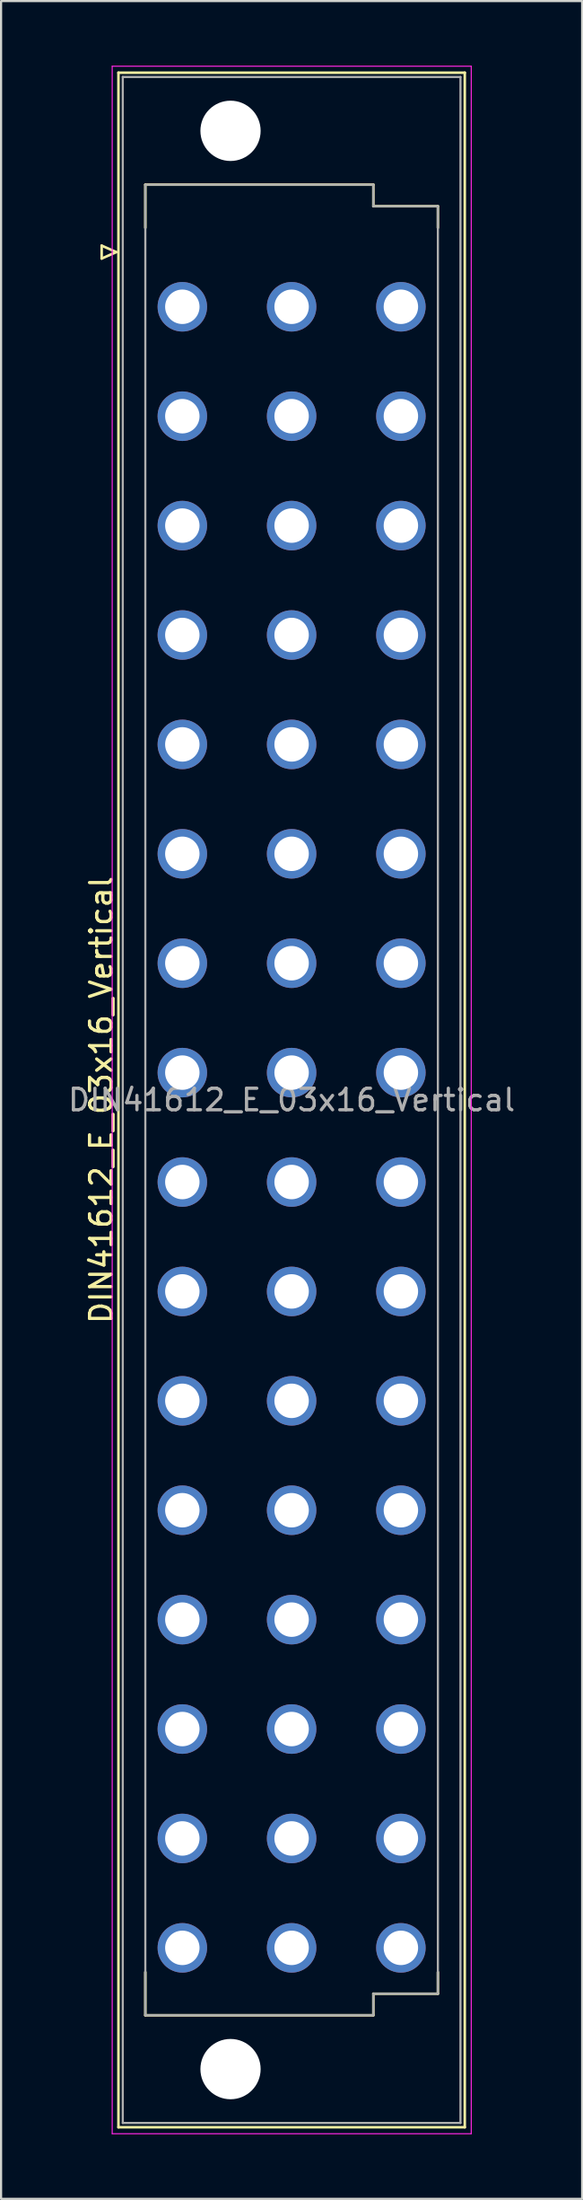
<source format=kicad_pcb>
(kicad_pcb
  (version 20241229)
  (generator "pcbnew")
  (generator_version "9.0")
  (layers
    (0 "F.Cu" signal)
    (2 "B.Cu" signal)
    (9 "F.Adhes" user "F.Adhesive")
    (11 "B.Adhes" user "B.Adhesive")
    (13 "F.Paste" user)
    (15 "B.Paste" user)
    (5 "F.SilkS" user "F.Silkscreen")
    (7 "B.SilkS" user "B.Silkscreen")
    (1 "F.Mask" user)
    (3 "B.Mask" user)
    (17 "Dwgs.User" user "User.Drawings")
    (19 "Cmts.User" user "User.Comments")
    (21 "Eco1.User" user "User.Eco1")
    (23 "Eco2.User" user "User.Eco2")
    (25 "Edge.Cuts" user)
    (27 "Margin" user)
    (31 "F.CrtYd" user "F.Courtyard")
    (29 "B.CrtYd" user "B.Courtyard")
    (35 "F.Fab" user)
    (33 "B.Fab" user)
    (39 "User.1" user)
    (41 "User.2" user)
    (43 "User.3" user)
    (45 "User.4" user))
  (footprint "DIN41612_E_03x16_Vertical"
    (layer "F.Cu")
    (at 5.426 8.655)
    (property "Reference" "DIN41612_E_03x16_Vertical" (at -3.77 39.37 90) (layer "F.SilkS") (effects (font (size 1 1) (thickness 0.15))))
    (attr through_hole)
    (fp_line (start -3.75 -0.3) (end -3.75 0.3) (stroke (width 0.12) (type solid)) (layer "F.SilkS"))
    (fp_line (start -3.75 0.3) (end -3.07 0) (stroke (width 0.12) (type solid)) (layer "F.SilkS"))
    (fp_line (start -3.07 0) (end -3.75 -0.3) (stroke (width 0.12) (type solid)) (layer "F.SilkS"))
    (fp_line (start -2.97 -8.33) (end 13.13 -8.33) (stroke (width 0.12) (type solid)) (layer "F.SilkS"))
    (fp_line (start -2.97 87.07) (end -2.97 -8.33) (stroke (width 0.12) (type solid)) (layer "F.SilkS"))
    (fp_line (start -1.72 -3.13) (end 8.88 -3.13) (stroke (width 0.12) (type solid)) (layer "F.SilkS"))
    (fp_line (start -1.72 -1.13) (end -1.72 -3.13) (stroke (width 0.12) (type solid)) (layer "F.SilkS"))
    (fp_line (start -1.72 79.87) (end -1.72 81.87) (stroke (width 0.12) (type solid)) (layer "F.SilkS"))
    (fp_line (start -1.72 81.87) (end 8.88 81.87) (stroke (width 0.12) (type solid)) (layer "F.SilkS"))
    (fp_line (start 8.88 -3.13) (end 8.88 -2.13) (stroke (width 0.12) (type solid)) (layer "F.SilkS"))
    (fp_line (start 8.88 -2.13) (end 11.88 -2.13) (stroke (width 0.12) (type solid)) (layer "F.SilkS"))
    (fp_line (start 8.88 80.87) (end 11.88 80.87) (stroke (width 0.12) (type solid)) (layer "F.SilkS"))
    (fp_line (start 8.88 81.87) (end 8.88 80.87) (stroke (width 0.12) (type solid)) (layer "F.SilkS"))
    (fp_line (start 11.88 -2.13) (end 11.88 -1.13) (stroke (width 0.12) (type solid)) (layer "F.SilkS"))
    (fp_line (start 11.88 80.87) (end 11.88 79.87) (stroke (width 0.12) (type solid)) (layer "F.SilkS"))
    (fp_line (start 13.13 -8.33) (end 13.13 87.07) (stroke (width 0.12) (type solid)) (layer "F.SilkS"))
    (fp_line (start 13.13 87.07) (end -2.97 87.07) (stroke (width 0.12) (type solid)) (layer "F.SilkS"))
    (fp_line (start -3.26 -8.63) (end 13.43 -8.63) (stroke (width 0.05) (type solid)) (layer "F.CrtYd"))
    (fp_line (start -3.26 87.37) (end -3.26 -8.63) (stroke (width 0.05) (type solid)) (layer "F.CrtYd"))
    (fp_line (start 13.43 -8.63) (end 13.43 87.37) (stroke (width 0.05) (type solid)) (layer "F.CrtYd"))
    (fp_line (start 13.43 87.37) (end -3.26 87.37) (stroke (width 0.05) (type solid)) (layer "F.CrtYd"))
    (fp_line (start -2.77 -8.13) (end 12.93 -8.13) (stroke (width 0.1) (type solid)) (layer "F.Fab"))
    (fp_line (start -2.77 86.87) (end -2.77 -8.13) (stroke (width 0.1) (type solid)) (layer "F.Fab"))
    (fp_line (start -1.72 -3.13) (end 8.88 -3.13) (stroke (width 0.1) (type solid)) (layer "F.Fab"))
    (fp_line (start -1.72 81.87) (end -1.72 -3.13) (stroke (width 0.1) (type solid)) (layer "F.Fab"))
    (fp_line (start 8.88 -3.13) (end 8.88 -2.13) (stroke (width 0.1) (type solid)) (layer "F.Fab"))
    (fp_line (start 8.88 -2.13) (end 11.88 -2.13) (stroke (width 0.1) (type solid)) (layer "F.Fab"))
    (fp_line (start 8.88 80.87) (end 8.88 81.87) (stroke (width 0.1) (type solid)) (layer "F.Fab"))
    (fp_line (start 8.88 81.87) (end -1.72 81.87) (stroke (width 0.1) (type solid)) (layer "F.Fab"))
    (fp_line (start 11.88 -2.13) (end 11.88 80.87) (stroke (width 0.1) (type solid)) (layer "F.Fab"))
    (fp_line (start 11.88 80.87) (end 8.88 80.87) (stroke (width 0.1) (type solid)) (layer "F.Fab"))
    (fp_line (start 12.93 -8.13) (end 12.93 86.87) (stroke (width 0.1) (type solid)) (layer "F.Fab"))
    (fp_line (start 12.93 86.87) (end -2.77 86.87) (stroke (width 0.1) (type solid)) (layer "F.Fab"))
    (fp_text user "${REFERENCE}" (at 5.08 39.37 0) (layer "F.Fab") (effects (font (size 1 1) (thickness 0.15))))
    (pad "" np_thru_hole circle (at 2.24 -5.63) (size 2.8 2.8) (drill 2.8) (layers "*.Cu" "*.Mask"))
    (pad "" np_thru_hole circle (at 2.24 84.37) (size 2.8 2.8) (drill 2.8) (layers "*.Cu" "*.Mask"))
    (pad "a2" thru_hole circle (at 0 2.54) (size 2.3 2.3) (drill 1.6) (layers "*.Cu" "*.Mask"))
    (pad "a4" thru_hole circle (at 0 7.62) (size 2.3 2.3) (drill 1.6) (layers "*.Cu" "*.Mask"))
    (pad "a6" thru_hole circle (at 0 12.7) (size 2.3 2.3) (drill 1.6) (layers "*.Cu" "*.Mask"))
    (pad "a8" thru_hole circle (at 0 17.78) (size 2.3 2.3) (drill 1.6) (layers "*.Cu" "*.Mask"))
    (pad "a10" thru_hole circle (at 0 22.86) (size 2.3 2.3) (drill 1.6) (layers "*.Cu" "*.Mask"))
    (pad "a12" thru_hole circle (at 0 27.94) (size 2.3 2.3) (drill 1.6) (layers "*.Cu" "*.Mask"))
    (pad "a14" thru_hole circle (at 0 33.02) (size 2.3 2.3) (drill 1.6) (layers "*.Cu" "*.Mask"))
    (pad "a16" thru_hole circle (at 0 38.1) (size 2.3 2.3) (drill 1.6) (layers "*.Cu" "*.Mask"))
    (pad "a18" thru_hole circle (at 0 43.18) (size 2.3 2.3) (drill 1.6) (layers "*.Cu" "*.Mask"))
    (pad "a20" thru_hole circle (at 0 48.26) (size 2.3 2.3) (drill 1.6) (layers "*.Cu" "*.Mask"))
    (pad "a22" thru_hole circle (at 0 53.34) (size 2.3 2.3) (drill 1.6) (layers "*.Cu" "*.Mask"))
    (pad "a24" thru_hole circle (at 0 58.42) (size 2.3 2.3) (drill 1.6) (layers "*.Cu" "*.Mask"))
    (pad "a26" thru_hole circle (at 0 63.5) (size 2.3 2.3) (drill 1.6) (layers "*.Cu" "*.Mask"))
    (pad "a28" thru_hole circle (at 0 68.58) (size 2.3 2.3) (drill 1.6) (layers "*.Cu" "*.Mask"))
    (pad "a30" thru_hole circle (at 0 73.66) (size 2.3 2.3) (drill 1.6) (layers "*.Cu" "*.Mask"))
    (pad "a32" thru_hole circle (at 0 78.74) (size 2.3 2.3) (drill 1.6) (layers "*.Cu" "*.Mask"))
    (pad "c2" thru_hole circle (at 5.08 2.54) (size 2.3 2.3) (drill 1.6) (layers "*.Cu" "*.Mask"))
    (pad "c4" thru_hole circle (at 5.08 7.62) (size 2.3 2.3) (drill 1.6) (layers "*.Cu" "*.Mask"))
    (pad "c6" thru_hole circle (at 5.08 12.7) (size 2.3 2.3) (drill 1.6) (layers "*.Cu" "*.Mask"))
    (pad "c8" thru_hole circle (at 5.08 17.78) (size 2.3 2.3) (drill 1.6) (layers "*.Cu" "*.Mask"))
    (pad "c10" thru_hole circle (at 5.08 22.86) (size 2.3 2.3) (drill 1.6) (layers "*.Cu" "*.Mask"))
    (pad "c12" thru_hole circle (at 5.08 27.94) (size 2.3 2.3) (drill 1.6) (layers "*.Cu" "*.Mask"))
    (pad "c14" thru_hole circle (at 5.08 33.02) (size 2.3 2.3) (drill 1.6) (layers "*.Cu" "*.Mask"))
    (pad "c16" thru_hole circle (at 5.08 38.1) (size 2.3 2.3) (drill 1.6) (layers "*.Cu" "*.Mask"))
    (pad "c18" thru_hole circle (at 5.08 43.18) (size 2.3 2.3) (drill 1.6) (layers "*.Cu" "*.Mask"))
    (pad "c20" thru_hole circle (at 5.08 48.26) (size 2.3 2.3) (drill 1.6) (layers "*.Cu" "*.Mask"))
    (pad "c22" thru_hole circle (at 5.08 53.34) (size 2.3 2.3) (drill 1.6) (layers "*.Cu" "*.Mask"))
    (pad "c24" thru_hole circle (at 5.08 58.42) (size 2.3 2.3) (drill 1.6) (layers "*.Cu" "*.Mask"))
    (pad "c26" thru_hole circle (at 5.08 63.5) (size 2.3 2.3) (drill 1.6) (layers "*.Cu" "*.Mask"))
    (pad "c28" thru_hole circle (at 5.08 68.58) (size 2.3 2.3) (drill 1.6) (layers "*.Cu" "*.Mask"))
    (pad "c30" thru_hole circle (at 5.08 73.66) (size 2.3 2.3) (drill 1.6) (layers "*.Cu" "*.Mask"))
    (pad "c32" thru_hole circle (at 5.08 78.74) (size 2.3 2.3) (drill 1.6) (layers "*.Cu" "*.Mask"))
    (pad "e2" thru_hole circle (at 10.16 2.54) (size 2.3 2.3) (drill 1.6) (layers "*.Cu" "*.Mask"))
    (pad "e4" thru_hole circle (at 10.16 7.62) (size 2.3 2.3) (drill 1.6) (layers "*.Cu" "*.Mask"))
    (pad "e6" thru_hole circle (at 10.16 12.7) (size 2.3 2.3) (drill 1.6) (layers "*.Cu" "*.Mask"))
    (pad "e8" thru_hole circle (at 10.16 17.78) (size 2.3 2.3) (drill 1.6) (layers "*.Cu" "*.Mask"))
    (pad "e10" thru_hole circle (at 10.16 22.86) (size 2.3 2.3) (drill 1.6) (layers "*.Cu" "*.Mask"))
    (pad "e12" thru_hole circle (at 10.16 27.94) (size 2.3 2.3) (drill 1.6) (layers "*.Cu" "*.Mask"))
    (pad "e14" thru_hole circle (at 10.16 33.02) (size 2.3 2.3) (drill 1.6) (layers "*.Cu" "*.Mask"))
    (pad "e16" thru_hole circle (at 10.16 38.1) (size 2.3 2.3) (drill 1.6) (layers "*.Cu" "*.Mask"))
    (pad "e18" thru_hole circle (at 10.16 43.18) (size 2.3 2.3) (drill 1.6) (layers "*.Cu" "*.Mask"))
    (pad "e20" thru_hole circle (at 10.16 48.26) (size 2.3 2.3) (drill 1.6) (layers "*.Cu" "*.Mask"))
    (pad "e22" thru_hole circle (at 10.16 53.34) (size 2.3 2.3) (drill 1.6) (layers "*.Cu" "*.Mask"))
    (pad "e24" thru_hole circle (at 10.16 58.42) (size 2.3 2.3) (drill 1.6) (layers "*.Cu" "*.Mask"))
    (pad "e26" thru_hole circle (at 10.16 63.5) (size 2.3 2.3) (drill 1.6) (layers "*.Cu" "*.Mask"))
    (pad "e28" thru_hole circle (at 10.16 68.58) (size 2.3 2.3) (drill 1.6) (layers "*.Cu" "*.Mask"))
    (pad "e30" thru_hole circle (at 10.16 73.66) (size 2.3 2.3) (drill 1.6) (layers "*.Cu" "*.Mask"))
    (pad "e32" thru_hole circle (at 10.16 78.74) (size 2.3 2.3) (drill 1.6) (layers "*.Cu" "*.Mask")))
  (gr_rect
    (start -3 -3)
    (end 24.012 99.05)
    (stroke (width 0.1) (type default))
    (fill no)
    (layer "Edge.Cuts")))
</source>
